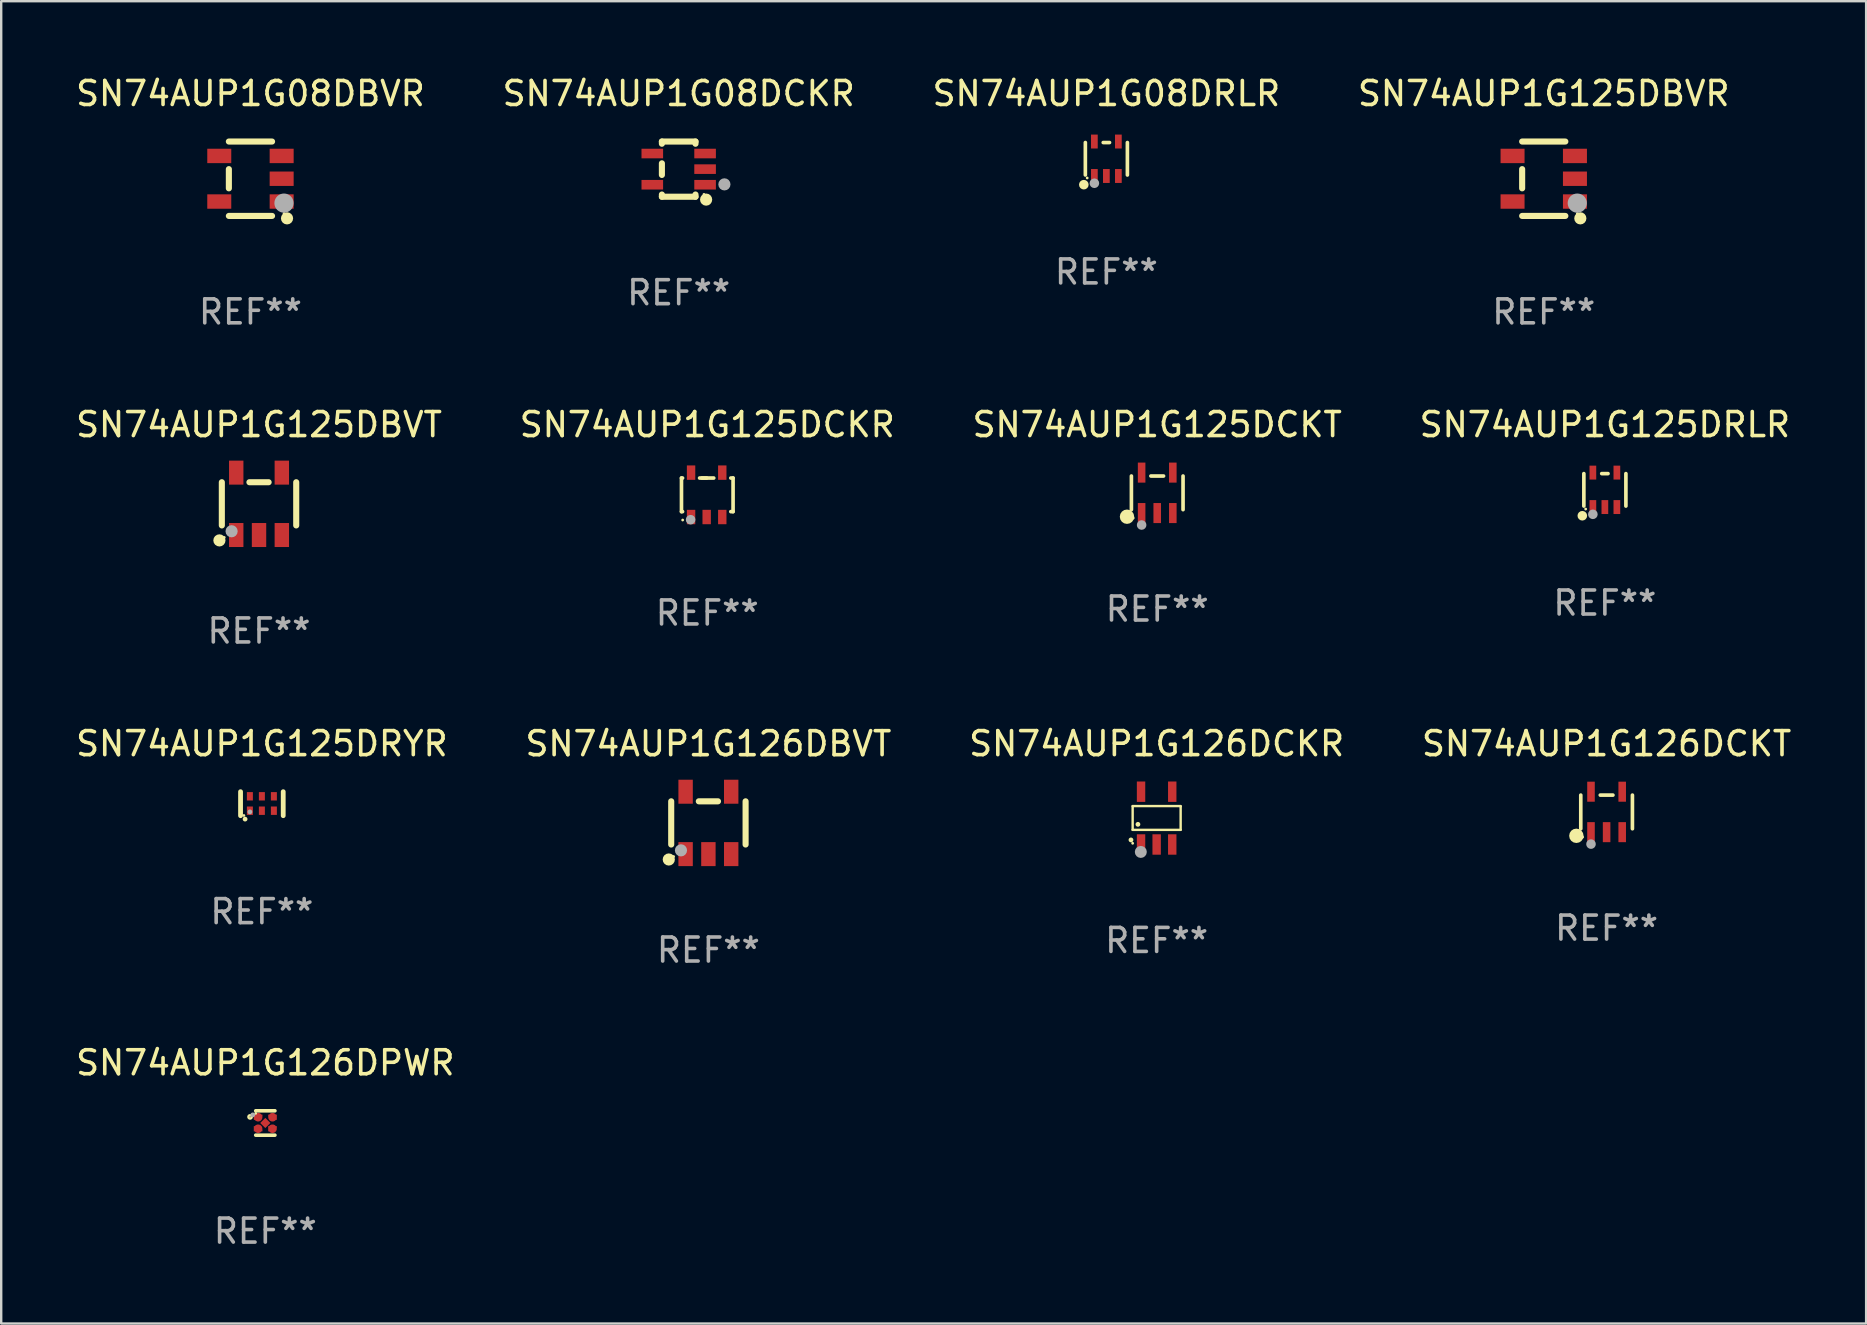
<source format=kicad_pcb>
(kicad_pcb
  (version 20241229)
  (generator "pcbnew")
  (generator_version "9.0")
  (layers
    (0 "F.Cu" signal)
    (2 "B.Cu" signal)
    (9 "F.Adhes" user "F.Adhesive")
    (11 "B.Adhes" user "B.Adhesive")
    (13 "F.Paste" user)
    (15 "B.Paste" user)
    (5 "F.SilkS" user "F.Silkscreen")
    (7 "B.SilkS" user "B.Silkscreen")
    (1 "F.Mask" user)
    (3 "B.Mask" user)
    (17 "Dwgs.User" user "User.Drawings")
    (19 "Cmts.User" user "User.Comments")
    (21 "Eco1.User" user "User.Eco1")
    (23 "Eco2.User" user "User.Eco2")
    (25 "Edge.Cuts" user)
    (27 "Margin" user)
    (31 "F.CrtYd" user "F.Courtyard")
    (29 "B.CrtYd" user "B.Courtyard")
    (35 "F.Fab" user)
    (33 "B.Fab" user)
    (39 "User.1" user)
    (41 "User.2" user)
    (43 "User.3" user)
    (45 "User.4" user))
  (footprint "SN74AUP1G08DRLR"
    (layer "F.Cu")
    (at 43.054 3.566)
    (property "Reference" "SN74AUP1G08DRLR" (at 0 -2.718 0) (layer "F.SilkS") (effects (font (size 1 1) (thickness 0.15))))
    (attr through_hole)
    (fp_line (start -0.876 0.676) (end -0.876 -0.676) (stroke (width 0.152) (type solid)) (layer "F.SilkS"))
    (fp_line (start 0.131 -0.676) (end -0.131 -0.676) (stroke (width 0.152) (type solid)) (layer "F.SilkS"))
    (fp_line (start 0.876 0.676) (end 0.876 -0.676) (stroke (width 0.152) (type solid)) (layer "F.SilkS"))
    (fp_circle (center -0.94 1.08) (end -0.84 1.08) (stroke (width 0.2) (type solid)) (fill no) (layer "F.SilkS"))
    (fp_circle (center -0.8 0.8) (end -0.77 0.8) (stroke (width 0.06) (type solid)) (fill no) (layer "F.SilkS"))
    (fp_circle (center -0.5 1.02) (end -0.4 1.02) (stroke (width 0.2) (type solid)) (fill no) (layer "F.Fab"))
    (fp_text user "REF**" (at 0 4.718 0) (layer "F.Fab") (effects (font (size 1 1) (thickness 0.15))))
    (pad "1" smd rect (at -0.5 0.718) (size 0.28 0.58) (layers "F.Cu" "F.Mask" "F.Paste"))
    (pad "2" smd rect (at -0.000102 0.718) (size 0.28 0.58) (layers "F.Cu" "F.Mask" "F.Paste"))
    (pad "3" smd rect (at 0.5 0.718) (size 0.28 0.58) (layers "F.Cu" "F.Mask" "F.Paste"))
    (pad "4" smd rect (at 0.5 -0.718) (size 0.28 0.58) (layers "F.Cu" "F.Mask" "F.Paste"))
    (pad "5" smd rect (at -0.5 -0.718) (size 0.28 0.58) (layers "F.Cu" "F.Mask" "F.Paste")))
  (footprint "SN74AUP1G125DRLR"
    (layer "F.Cu")
    (at 63.827 17.362)
    (property "Reference" "SN74AUP1G125DRLR" (at 0 -2.718 0) (layer "F.SilkS") (effects (font (size 1 1) (thickness 0.15))))
    (attr through_hole)
    (fp_line (start -0.876 0.676) (end -0.876 -0.676) (stroke (width 0.152) (type solid)) (layer "F.SilkS"))
    (fp_line (start 0.131 -0.676) (end -0.131 -0.676) (stroke (width 0.152) (type solid)) (layer "F.SilkS"))
    (fp_line (start 0.876 0.676) (end 0.876 -0.676) (stroke (width 0.152) (type solid)) (layer "F.SilkS"))
    (fp_circle (center -0.94 1.08) (end -0.84 1.08) (stroke (width 0.2) (type solid)) (fill no) (layer "F.SilkS"))
    (fp_circle (center -0.8 0.8) (end -0.77 0.8) (stroke (width 0.06) (type solid)) (fill no) (layer "F.SilkS"))
    (fp_circle (center -0.5 1.02) (end -0.4 1.02) (stroke (width 0.2) (type solid)) (fill no) (layer "F.Fab"))
    (fp_text user "REF**" (at 0 4.718 0) (layer "F.Fab") (effects (font (size 1 1) (thickness 0.15))))
    (pad "1" smd rect (at -0.5 0.718) (size 0.28 0.58) (layers "F.Cu" "F.Mask" "F.Paste"))
    (pad "2" smd rect (at -0.000102 0.718) (size 0.28 0.58) (layers "F.Cu" "F.Mask" "F.Paste"))
    (pad "3" smd rect (at 0.5 0.718) (size 0.28 0.58) (layers "F.Cu" "F.Mask" "F.Paste"))
    (pad "4" smd rect (at 0.5 -0.718) (size 0.28 0.58) (layers "F.Cu" "F.Mask" "F.Paste"))
    (pad "5" smd rect (at -0.5 -0.718) (size 0.28 0.58) (layers "F.Cu" "F.Mask" "F.Paste")))
  (footprint "SN74AUP1G126DPWR"
    (layer "F.Cu")
    (at 8.006 43.746)
    (property "Reference" "SN74AUP1G126DPWR" (at 0 -2.508 0) (layer "F.SilkS") (effects (font (size 1 1) (thickness 0.15))))
    (attr through_hole)
    (fp_line (start 0.4 -0.508) (end -0.4 -0.508) (stroke (width 0.15) (type solid)) (layer "F.SilkS"))
    (fp_line (start 0.4 0.508) (end -0.4 0.508) (stroke (width 0.15) (type solid)) (layer "F.SilkS"))
    (fp_circle (center -0.635 -0.254) (end -0.615 -0.254) (stroke (width 0.1) (type solid)) (fill no) (layer "F.SilkS"))
    (fp_circle (center -0.401 -0.4) (end -0.371 -0.4) (stroke (width 0.06) (type solid)) (fill no) (layer "F.SilkS"))
    (fp_circle (center -0.523 -0.337) (end -0.473 -0.337) (stroke (width 0.1) (type solid)) (fill no) (layer "F.Fab"))
    (fp_text user "REF**" (at 0 4.508 0) (layer "F.Fab") (effects (font (size 1 1) (thickness 0.15))))
    (pad "1" smd custom (at -0.3 -0.24) (size 0.36 0.22) (layers "F.Cu" "F.Mask" "F.Paste") (options (anchor circle)) (primitives (gr_poly (pts (xy -0.18 -0.11) (xy -0.18 0.11) (xy 0.000127 0.11) (xy 0.18 -0.03) (xy 0.18 -0.11) (xy -0.18 -0.11)) (width 0) (fill yes))))
    (pad "2" smd custom (at -0.3 0.24) (size 0.36 0.22) (layers "F.Cu" "F.Mask" "F.Paste") (options (anchor circle)) (primitives (gr_poly (pts (xy -0.18 0.11) (xy -0.18 -0.11) (xy 0.000127 -0.11) (xy 0.18 0.03) (xy 0.18 0.11) (xy -0.18 0.11)) (width 0) (fill yes))))
    (pad "3" smd rect (at 0.000102 -0.000127 45) (size 0.3 0.3) (layers "F.Cu" "F.Mask" "F.Paste"))
    (pad "4" smd custom (at 0.3 0.24 180) (size 0.36 0.22) (layers "F.Cu" "F.Mask" "F.Paste") (options (anchor circle)) (primitives (gr_poly (pts (xy 0.18 0.11) (xy 0.18 -0.11) (xy -0.000178 -0.11) (xy -0.18 0.03) (xy -0.18 0.11) (xy 0.18 0.11)) (width 0) (fill yes))))
    (pad "5" smd custom (at 0.3 -0.24) (size 0.36 0.22) (layers "F.Cu" "F.Mask" "F.Paste") (options (anchor circle)) (primitives (gr_poly (pts (xy 0.18 -0.11) (xy 0.18 0.11) (xy -0.000152 0.11) (xy -0.18 -0.03) (xy -0.18 -0.11) (xy 0.18 -0.11)) (width 0) (fill yes)))))
  (footprint "SN74AUP1G125DBVR"
    (layer "F.Cu")
    (at 61.28 4.398)
    (property "Reference" "SN74AUP1G125DBVR" (at 0 -3.55 0) (layer "F.SilkS") (effects (font (size 1 1) (thickness 0.15))))
    (attr through_hole)
    (fp_line (start -0.9 -1.55) (end 0.9 -1.55) (stroke (width 0.254) (type solid)) (layer "F.SilkS"))
    (fp_line (start -0.9 0.4) (end -0.9 -0.4) (stroke (width 0.254) (type solid)) (layer "F.SilkS"))
    (fp_line (start -0.9 1.55) (end 0.9 1.55) (stroke (width 0.254) (type solid)) (layer "F.SilkS"))
    (fp_circle (center 1.4 1.45) (end 1.43 1.45) (stroke (width 0.06) (type solid)) (fill no) (layer "F.SilkS"))
    (fp_circle (center 1.524 1.651) (end 1.651 1.651) (stroke (width 0.254) (type solid)) (fill no) (layer "F.SilkS"))
    (fp_circle (center 1.397 1.016) (end 1.597 1.016) (stroke (width 0.4) (type solid)) (fill no) (layer "F.Fab"))
    (fp_text user "REF**" (at 0 5.55 0) (layer "F.Fab") (effects (font (size 1 1) (thickness 0.15))))
    (pad "1" smd rect (at 1.3 0.95) (size 1 0.6) (layers "F.Cu" "F.Mask" "F.Paste"))
    (pad "2" smd rect (at 1.3 -0.000051) (size 1 0.6) (layers "F.Cu" "F.Mask" "F.Paste"))
    (pad "3" smd rect (at 1.3 -0.95) (size 1 0.6) (layers "F.Cu" "F.Mask" "F.Paste"))
    (pad "4" smd rect (at -1.3 -0.95) (size 1 0.6) (layers "F.Cu" "F.Mask" "F.Paste"))
    (pad "5" smd rect (at -1.3 0.95) (size 1 0.6) (layers "F.Cu" "F.Mask" "F.Paste")))
  (footprint "SN74AUP1G126DCKT"
    (layer "F.Cu")
    (at 63.899 30.784)
    (property "Reference" "SN74AUP1G126DCKT" (at 0 -2.843 0) (layer "F.SilkS") (effects (font (size 1 1) (thickness 0.15))))
    (attr through_hole)
    (fp_line (start -1.076 0.701) (end -1.076 -0.701) (stroke (width 0.152) (type solid)) (layer "F.SilkS"))
    (fp_line (start 0.264 -0.701) (end -0.264 -0.701) (stroke (width 0.152) (type solid)) (layer "F.SilkS"))
    (fp_line (start 1.076 0.701) (end 1.076 -0.701) (stroke (width 0.152) (type solid)) (layer "F.SilkS"))
    (fp_circle (center -1.26 0.995) (end -1.11 0.995) (stroke (width 0.3) (type solid)) (fill no) (layer "F.SilkS"))
    (fp_circle (center -1 1.05) (end -0.97 1.05) (stroke (width 0.06) (type solid)) (fill no) (layer "F.SilkS"))
    (fp_circle (center -0.65 1.341) (end -0.55 1.341) (stroke (width 0.2) (type solid)) (fill no) (layer "F.Fab"))
    (fp_text user "REF**" (at 0 4.843 0) (layer "F.Fab") (effects (font (size 1 1) (thickness 0.15))))
    (pad "1" smd rect (at -0.65 0.843) (size 0.315 0.835) (layers "F.Cu" "F.Mask" "F.Paste"))
    (pad "2" smd rect (at 0.00014 0.843) (size 0.315 0.835) (layers "F.Cu" "F.Mask" "F.Paste"))
    (pad "3" smd rect (at 0.65 0.843) (size 0.315 0.835) (layers "F.Cu" "F.Mask" "F.Paste"))
    (pad "4" smd rect (at 0.65 -0.843) (size 0.315 0.835) (layers "F.Cu" "F.Mask" "F.Paste"))
    (pad "5" smd rect (at -0.65 -0.843) (size 0.315 0.835) (layers "F.Cu" "F.Mask" "F.Paste")))
  (footprint "SN74AUP1G125DBVT"
    (layer "F.Cu")
    (at 7.744 17.945)
    (property "Reference" "SN74AUP1G125DBVT" (at 0 -3.3 0) (layer "F.SilkS") (effects (font (size 1 1) (thickness 0.15))))
    (attr through_hole)
    (fp_line (start -1.55 -0.9) (end -1.55 0.9) (stroke (width 0.254) (type solid)) (layer "F.SilkS"))
    (fp_line (start -0.4 -0.9) (end 0.4 -0.9) (stroke (width 0.254) (type solid)) (layer "F.SilkS"))
    (fp_line (start 1.55 -0.9) (end 1.55 0.9) (stroke (width 0.254) (type solid)) (layer "F.SilkS"))
    (fp_circle (center -1.651 1.524) (end -1.524 1.524) (stroke (width 0.254) (type solid)) (fill no) (layer "F.SilkS"))
    (fp_circle (center -1.45 1.4) (end -1.42 1.4) (stroke (width 0.06) (type solid)) (fill no) (layer "F.SilkS"))
    (fp_circle (center -1.143 1.143) (end -1.016 1.143) (stroke (width 0.254) (type solid)) (fill no) (layer "F.Fab"))
    (fp_text user "REF**" (at 0 5.3 0) (layer "F.Fab") (effects (font (size 1 1) (thickness 0.15))))
    (pad "1" smd rect (at -0.95 1.3 270) (size 1 0.6) (layers "F.Cu" "F.Mask" "F.Paste"))
    (pad "2" smd rect (at 0.000025 1.3 270) (size 1 0.6) (layers "F.Cu" "F.Mask" "F.Paste"))
    (pad "3" smd rect (at 0.95 1.3 270) (size 1 0.6) (layers "F.Cu" "F.Mask" "F.Paste"))
    (pad "4" smd rect (at 0.95 -1.3 270) (size 1 0.6) (layers "F.Cu" "F.Mask" "F.Paste"))
    (pad "5" smd rect (at -0.95 -1.3 270) (size 1 0.6) (layers "F.Cu" "F.Mask" "F.Paste")))
  (footprint "SN74AUP1G08DCKR"
    (layer "F.Cu")
    (at 25.232 3.998)
    (property "Reference" "SN74AUP1G08DCKR" (at 0 -3.15 0) (layer "F.SilkS") (effects (font (size 1 1) (thickness 0.15))))
    (attr through_hole)
    (fp_line (start -0.7 -1.15) (end 0.7 -1.15) (stroke (width 0.254) (type solid)) (layer "F.SilkS"))
    (fp_line (start -0.7 -1.058) (end -0.7 -1.15) (stroke (width 0.254) (type solid)) (layer "F.SilkS"))
    (fp_line (start -0.7 0.242) (end -0.7 -0.242) (stroke (width 0.254) (type solid)) (layer "F.SilkS"))
    (fp_line (start -0.7 1.15) (end -0.7 1.058) (stroke (width 0.254) (type solid)) (layer "F.SilkS"))
    (fp_line (start -0.7 1.15) (end 0.7 1.15) (stroke (width 0.254) (type solid)) (layer "F.SilkS"))
    (fp_line (start 0.7 -1.058) (end 0.7 -1.15) (stroke (width 0.254) (type solid)) (layer "F.SilkS"))
    (fp_line (start 0.7 1.15) (end 0.7 1.058) (stroke (width 0.254) (type solid)) (layer "F.SilkS"))
    (fp_circle (center 1.053 1.052) (end 1.083 1.052) (stroke (width 0.06) (type solid)) (fill no) (layer "F.SilkS"))
    (fp_circle (center 1.143 1.27) (end 1.27 1.27) (stroke (width 0.254) (type solid)) (fill no) (layer "F.SilkS"))
    (fp_circle (center 1.905 0.635) (end 2.032 0.635) (stroke (width 0.254) (type solid)) (fill no) (layer "F.Fab"))
    (fp_text user "REF**" (at 0 5.15 0) (layer "F.Fab") (effects (font (size 1 1) (thickness 0.15))))
    (pad "1" smd rect (at 1.1 0.65 90) (size 0.4 0.9) (layers "F.Cu" "F.Mask" "F.Paste"))
    (pad "2" smd rect (at 1.1 0.000076 90) (size 0.4 0.9) (layers "F.Cu" "F.Mask" "F.Paste"))
    (pad "3" smd rect (at 1.1 -0.65 90) (size 0.4 0.9) (layers "F.Cu" "F.Mask" "F.Paste"))
    (pad "4" smd rect (at -1.1 -0.65 90) (size 0.4 0.9) (layers "F.Cu" "F.Mask" "F.Paste"))
    (pad "5" smd rect (at -1.1 0.65 90) (size 0.4 0.9) (layers "F.Cu" "F.Mask" "F.Paste")))
  (footprint "SN74AUP1G08DBVR"
    (layer "F.Cu")
    (at 7.387 4.398)
    (property "Reference" "SN74AUP1G08DBVR" (at 0 -3.55 0) (layer "F.SilkS") (effects (font (size 1 1) (thickness 0.15))))
    (attr through_hole)
    (fp_line (start -0.9 -1.55) (end 0.9 -1.55) (stroke (width 0.254) (type solid)) (layer "F.SilkS"))
    (fp_line (start -0.9 0.4) (end -0.9 -0.4) (stroke (width 0.254) (type solid)) (layer "F.SilkS"))
    (fp_line (start -0.9 1.55) (end 0.9 1.55) (stroke (width 0.254) (type solid)) (layer "F.SilkS"))
    (fp_circle (center 1.4 1.45) (end 1.43 1.45) (stroke (width 0.06) (type solid)) (fill no) (layer "F.SilkS"))
    (fp_circle (center 1.524 1.651) (end 1.651 1.651) (stroke (width 0.254) (type solid)) (fill no) (layer "F.SilkS"))
    (fp_circle (center 1.397 1.016) (end 1.597 1.016) (stroke (width 0.4) (type solid)) (fill no) (layer "F.Fab"))
    (fp_text user "REF**" (at 0 5.55 0) (layer "F.Fab") (effects (font (size 1 1) (thickness 0.15))))
    (pad "1" smd rect (at 1.3 0.95) (size 1 0.6) (layers "F.Cu" "F.Mask" "F.Paste"))
    (pad "2" smd rect (at 1.3 -0.000051) (size 1 0.6) (layers "F.Cu" "F.Mask" "F.Paste"))
    (pad "3" smd rect (at 1.3 -0.95) (size 1 0.6) (layers "F.Cu" "F.Mask" "F.Paste"))
    (pad "4" smd rect (at -1.3 -0.95) (size 1 0.6) (layers "F.Cu" "F.Mask" "F.Paste"))
    (pad "5" smd rect (at -1.3 0.95) (size 1 0.6) (layers "F.Cu" "F.Mask" "F.Paste")))
  (footprint "SN74AUP1G125DCKR"
    (layer "F.Cu")
    (at 26.423 17.57)
    (property "Reference" "SN74AUP1G125DCKR" (at 0 -2.925 0) (layer "F.SilkS") (effects (font (size 1 1) (thickness 0.15))))
    (attr through_hole)
    (fp_line (start -1.075 -0.7) (end -1.075 0.7) (stroke (width 0.152) (type solid)) (layer "F.SilkS"))
    (fp_line (start -1.075 0.7) (end -1.03 0.7) (stroke (width 0.152) (type solid)) (layer "F.SilkS"))
    (fp_line (start -1.03 -0.7) (end -1.075 -0.7) (stroke (width 0.152) (type solid)) (layer "F.SilkS"))
    (fp_line (start -0.025 -0.7) (end -0.32 -0.7) (stroke (width 0.152) (type solid)) (layer "F.SilkS"))
    (fp_line (start 0.27 -0.7) (end -0.225 -0.7) (stroke (width 0.152) (type solid)) (layer "F.SilkS"))
    (fp_line (start 0.98 0.7) (end 1.075 0.7) (stroke (width 0.152) (type solid)) (layer "F.SilkS"))
    (fp_line (start 1.075 -0.7) (end 0.98 -0.7) (stroke (width 0.152) (type solid)) (layer "F.SilkS"))
    (fp_line (start 1.075 0.7) (end 1.075 -0.7) (stroke (width 0.152) (type solid)) (layer "F.SilkS"))
    (fp_circle (center -1.025 1.05) (end -0.995 1.05) (stroke (width 0.06) (type solid)) (fill no) (layer "F.SilkS"))
    (fp_circle (center -0.694 1.037) (end -0.594 1.037) (stroke (width 0.2) (type solid)) (fill no) (layer "F.Fab"))
    (fp_text user "REF**" (at 0 4.925 0) (layer "F.Fab") (effects (font (size 1 1) (thickness 0.15))))
    (pad "1" smd rect (at -0.675 0.925 180) (size 0.35 0.6) (layers "F.Cu" "F.Mask" "F.Paste"))
    (pad "2" smd rect (at -0.025 0.925 180) (size 0.35 0.6) (layers "F.Cu" "F.Mask" "F.Paste"))
    (pad "3" smd rect (at 0.625 0.925 180) (size 0.35 0.6) (layers "F.Cu" "F.Mask" "F.Paste"))
    (pad "4" smd rect (at 0.625 -0.925) (size 0.35 0.6) (layers "F.Cu" "F.Mask" "F.Paste"))
    (pad "5" smd rect (at -0.675 -0.925) (size 0.35 0.6) (layers "F.Cu" "F.Mask" "F.Paste")))
  (footprint "SN74AUP1G125DCKT"
    (layer "F.Cu")
    (at 45.173 17.487)
    (property "Reference" "SN74AUP1G125DCKT" (at 0 -2.843 0) (layer "F.SilkS") (effects (font (size 1 1) (thickness 0.15))))
    (attr through_hole)
    (fp_line (start -1.076 0.701) (end -1.076 -0.701) (stroke (width 0.152) (type solid)) (layer "F.SilkS"))
    (fp_line (start 0.264 -0.701) (end -0.264 -0.701) (stroke (width 0.152) (type solid)) (layer "F.SilkS"))
    (fp_line (start 1.076 0.701) (end 1.076 -0.701) (stroke (width 0.152) (type solid)) (layer "F.SilkS"))
    (fp_circle (center -1.26 0.995) (end -1.11 0.995) (stroke (width 0.3) (type solid)) (fill no) (layer "F.SilkS"))
    (fp_circle (center -1 1.05) (end -0.97 1.05) (stroke (width 0.06) (type solid)) (fill no) (layer "F.SilkS"))
    (fp_circle (center -0.65 1.341) (end -0.55 1.341) (stroke (width 0.2) (type solid)) (fill no) (layer "F.Fab"))
    (fp_text user "REF**" (at 0 4.843 0) (layer "F.Fab") (effects (font (size 1 1) (thickness 0.15))))
    (pad "1" smd rect (at -0.65 0.843) (size 0.315 0.835) (layers "F.Cu" "F.Mask" "F.Paste"))
    (pad "2" smd rect (at 0.00014 0.843) (size 0.315 0.835) (layers "F.Cu" "F.Mask" "F.Paste"))
    (pad "3" smd rect (at 0.65 0.843) (size 0.315 0.835) (layers "F.Cu" "F.Mask" "F.Paste"))
    (pad "4" smd rect (at 0.65 -0.843) (size 0.315 0.835) (layers "F.Cu" "F.Mask" "F.Paste"))
    (pad "5" smd rect (at -0.65 -0.843) (size 0.315 0.835) (layers "F.Cu" "F.Mask" "F.Paste")))
  (footprint "SN74AUP1G126DCKR"
    (layer "F.Cu")
    (at 45.149 31.041)
    (property "Reference" "SN74AUP1G126DCKR" (at 0 -3.1 0) (layer "F.SilkS") (effects (font (size 1 1) (thickness 0.15))))
    (attr through_hole)
    (fp_line (start -1 -0.5) (end -1 0.49) (stroke (width 0.1) (type solid)) (layer "F.SilkS"))
    (fp_line (start -1 0.49) (end 1 0.49) (stroke (width 0.1) (type solid)) (layer "F.SilkS"))
    (fp_line (start 0.99 -0.5) (end -1 -0.5) (stroke (width 0.1) (type solid)) (layer "F.SilkS"))
    (fp_line (start 1 -0.49) (end 0.99 -0.5) (stroke (width 0.1) (type solid)) (layer "F.SilkS"))
    (fp_line (start 1 0.49) (end 1 -0.49) (stroke (width 0.1) (type solid)) (layer "F.SilkS"))
    (fp_circle (center -1.07 0.91) (end -1.02 0.91) (stroke (width 0.1) (type solid)) (fill no) (layer "F.SilkS"))
    (fp_circle (center -1 1.05) (end -0.97 1.05) (stroke (width 0.06) (type solid)) (fill no) (layer "F.SilkS"))
    (fp_circle (center -0.78 0.26) (end -0.73 0.26) (stroke (width 0.1) (type solid)) (fill no) (layer "F.SilkS"))
    (fp_circle (center -0.66 1.41) (end -0.535 1.41) (stroke (width 0.25) (type solid)) (fill no) (layer "F.Fab"))
    (fp_text user "REF**" (at 0 5.1 0) (layer "F.Fab") (effects (font (size 1 1) (thickness 0.15))))
    (pad "1" smd rect (at -0.65 1.1) (size 0.35 0.85) (layers "F.Cu" "F.Mask" "F.Paste"))
    (pad "2" smd rect (at 0.000051 1.1) (size 0.35 0.85) (layers "F.Cu" "F.Mask" "F.Paste"))
    (pad "3" smd rect (at 0.65 1.1) (size 0.35 0.85) (layers "F.Cu" "F.Mask" "F.Paste"))
    (pad "4" smd rect (at 0.65 -1.1) (size 0.35 0.85) (layers "F.Cu" "F.Mask" "F.Paste"))
    (pad "5" smd rect (at -0.65 -1.1) (size 0.35 0.85) (layers "F.Cu" "F.Mask" "F.Paste")))
  (footprint "SN74AUP1G126DBVT"
    (layer "F.Cu")
    (at 26.47 31.242)
    (property "Reference" "SN74AUP1G126DBVT" (at 0 -3.3 0) (layer "F.SilkS") (effects (font (size 1 1) (thickness 0.15))))
    (attr through_hole)
    (fp_line (start -1.55 -0.9) (end -1.55 0.9) (stroke (width 0.254) (type solid)) (layer "F.SilkS"))
    (fp_line (start -0.4 -0.9) (end 0.4 -0.9) (stroke (width 0.254) (type solid)) (layer "F.SilkS"))
    (fp_line (start 1.55 -0.9) (end 1.55 0.9) (stroke (width 0.254) (type solid)) (layer "F.SilkS"))
    (fp_circle (center -1.651 1.524) (end -1.524 1.524) (stroke (width 0.254) (type solid)) (fill no) (layer "F.SilkS"))
    (fp_circle (center -1.45 1.4) (end -1.42 1.4) (stroke (width 0.06) (type solid)) (fill no) (layer "F.SilkS"))
    (fp_circle (center -1.143 1.143) (end -1.016 1.143) (stroke (width 0.254) (type solid)) (fill no) (layer "F.Fab"))
    (fp_text user "REF**" (at 0 5.3 0) (layer "F.Fab") (effects (font (size 1 1) (thickness 0.15))))
    (pad "1" smd rect (at -0.95 1.3 270) (size 1 0.6) (layers "F.Cu" "F.Mask" "F.Paste"))
    (pad "2" smd rect (at 0.000025 1.3 270) (size 1 0.6) (layers "F.Cu" "F.Mask" "F.Paste"))
    (pad "3" smd rect (at 0.95 1.3 270) (size 1 0.6) (layers "F.Cu" "F.Mask" "F.Paste"))
    (pad "4" smd rect (at 0.95 -1.3 270) (size 1 0.6) (layers "F.Cu" "F.Mask" "F.Paste"))
    (pad "5" smd rect (at -0.95 -1.3 270) (size 1 0.6) (layers "F.Cu" "F.Mask" "F.Paste")))
  (footprint "SN74AUP1G125DRYR"
    (layer "F.Cu")
    (at 7.863 30.441)
    (property "Reference" "SN74AUP1G125DRYR" (at 0 -2.5 0) (layer "F.SilkS") (effects (font (size 1 1) (thickness 0.15))))
    (attr through_hole)
    (fp_line (start -0.889 0.5) (end -0.889 -0.5) (stroke (width 0.2) (type solid)) (layer "F.SilkS"))
    (fp_line (start 0.889 0.5) (end 0.889 -0.5) (stroke (width 0.2) (type solid)) (layer "F.SilkS"))
    (fp_circle (center -0.75 0.492) (end -0.72 0.492) (stroke (width 0.06) (type solid)) (fill no) (layer "F.SilkS"))
    (fp_circle (center -0.7 0.642) (end -0.65 0.642) (stroke (width 0.1) (type solid)) (fill no) (layer "F.SilkS"))
    (fp_circle (center -0.5 0.342) (end -0.45 0.342) (stroke (width 0.1) (type solid)) (fill no) (layer "F.Fab"))
    (fp_text user "REF**" (at 0 4.5 0) (layer "F.Fab") (effects (font (size 1 1) (thickness 0.15))))
    (pad "1" smd rect (at -0.5 0.292) (size 0.25 0.35) (layers "F.Cu" "F.Mask" "F.Paste"))
    (pad "2" smd rect (at -0.000102 0.292) (size 0.25 0.35) (layers "F.Cu" "F.Mask" "F.Paste"))
    (pad "3" smd rect (at 0.5 0.292) (size 0.25 0.35) (layers "F.Cu" "F.Mask" "F.Paste"))
    (pad "4" smd rect (at 0.5 -0.308 180) (size 0.25 0.35) (layers "F.Cu" "F.Mask" "F.Paste"))
    (pad "5" smd rect (at -0.000102 -0.308 180) (size 0.25 0.35) (layers "F.Cu" "F.Mask" "F.Paste"))
    (pad "6" smd rect (at -0.5 -0.308 180) (size 0.25 0.35) (layers "F.Cu" "F.Mask" "F.Paste")))
  (gr_rect
    (start -3 -3)
    (end 74.714 52.102)
    (stroke (width 0.1) (type default))
    (fill no)
    (layer "Edge.Cuts")))
</source>
